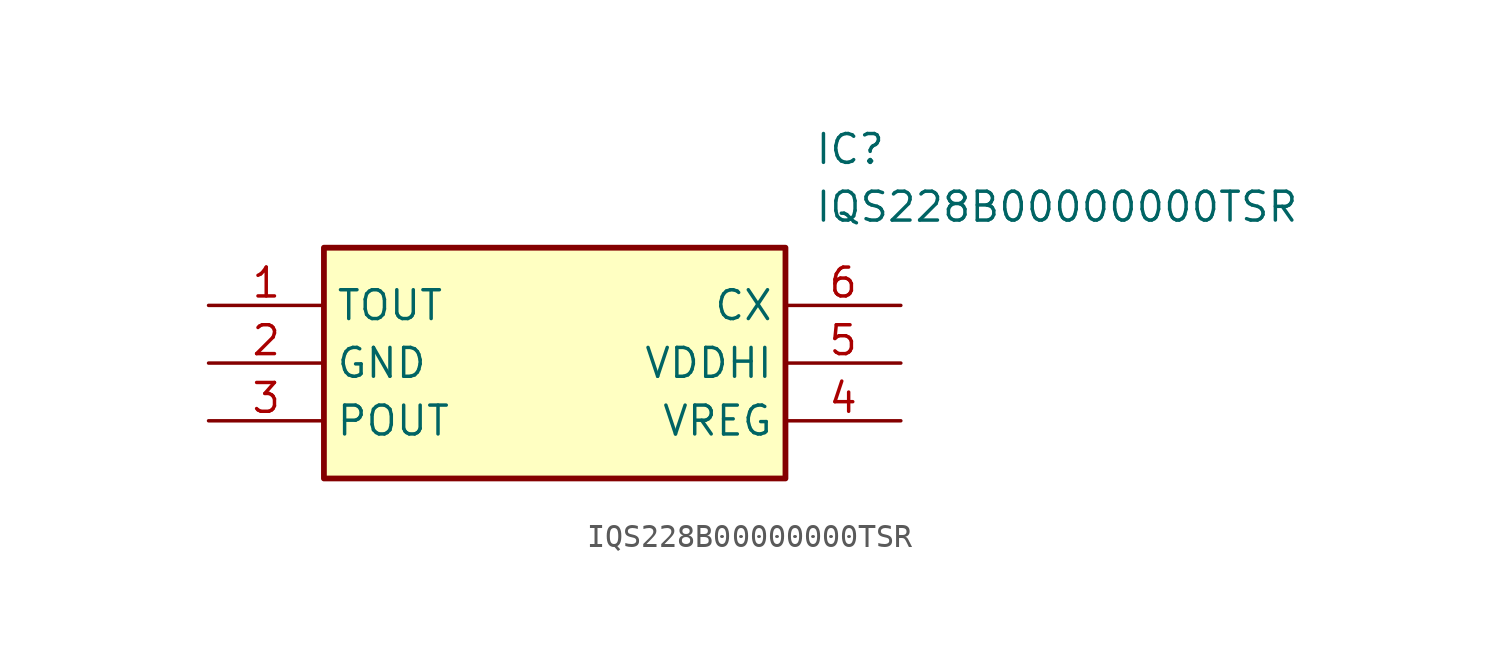
<source format=kicad_sym>
(kicad_symbol_lib
  (version 20211014)
  (generator SamacSys_ECAD_Model)
  (symbol "IQS228B00000000TSR"
    (property "Reference" "IC"
      (at 26.67 7.62 0)
      (effects (font (size 1.27 1.27)) (justify left top)))
    (property "Value" "IQS228B00000000TSR"
      (at 26.67 5.08 0)
      (effects (font (size 1.27 1.27)) (justify left top)))
    (rectangle
      (start 5.08 2.54)
      (end 25.4 -7.62)
      (stroke (width 0.254) (type default))
      (fill (type background)))
    (pin passive line
      (at 0 0 0)
      (length 5.08)
      (name "TOUT" (effects (font (size 1.27 1.27))))
      (number "1" (effects (font (size 1.27 1.27)))))
    (pin passive line
      (at 0 -2.54 0)
      (length 5.08)
      (name "GND" (effects (font (size 1.27 1.27))))
      (number "2" (effects (font (size 1.27 1.27)))))
    (pin passive line
      (at 0 -5.08 0)
      (length 5.08)
      (name "POUT" (effects (font (size 1.27 1.27))))
      (number "3" (effects (font (size 1.27 1.27)))))
    (pin passive line
      (at 30.48 0 180)
      (length 5.08)
      (name "CX" (effects (font (size 1.27 1.27))))
      (number "6" (effects (font (size 1.27 1.27)))))
    (pin passive line
      (at 30.48 -2.54 180)
      (length 5.08)
      (name "VDDHI" (effects (font (size 1.27 1.27))))
      (number "5" (effects (font (size 1.27 1.27)))))
    (pin passive line
      (at 30.48 -5.08 180)
      (length 5.08)
      (name "VREG" (effects (font (size 1.27 1.27))))
      (number "4" (effects (font (size 1.27 1.27)))))))
</source>
